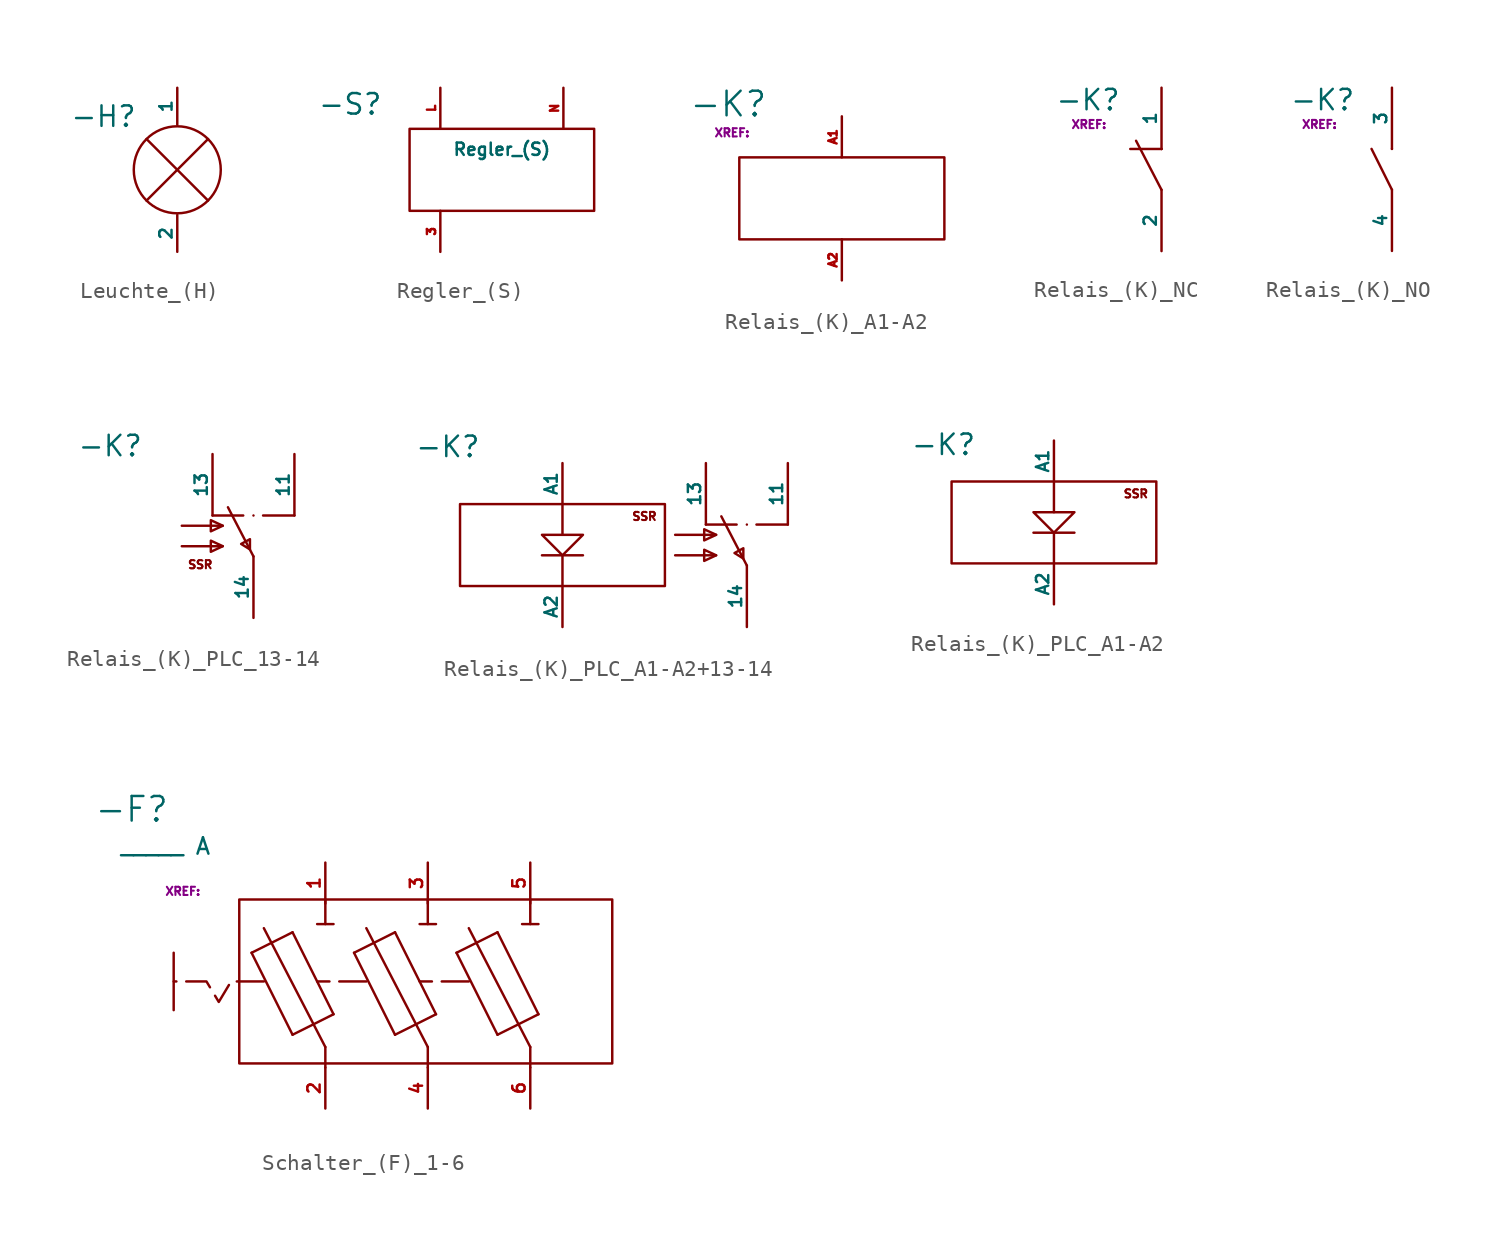
<source format=kicad_sym>
(kicad_symbol_lib
  (version 20241209)
  (generator "kicad_symbol_editor")
  (generator_version "9.0")
  (symbol "Leuchte_(H)"
    (pin_numbers
      (hide yes))
    (pin_names
      (offset 0))
    (property "Reference" "-H"
      (at -4.572 3.302 0)
      (effects (font (size 1.27 1.27))))
    (property "Value" ""
      (at 0 0 0)
      (effects (font (size 1.27 1.27))))
    (symbol "Leuchte_(H)_0_1"
      (polyline (pts (xy -1.905 1.905) (xy 1.905 -1.905)) (stroke (width 0) (type default)) (fill (type none)))
      (polyline (pts (xy -1.905 -1.905) (xy 1.905 1.905)) (stroke (width 0) (type default)) (fill (type none)))
      (circle (center 0 0) (radius 2.694) (stroke (width 0) (type default)) (fill (type none))))
    (symbol "Leuchte_(H)_1_1"
      (pin unspecified line (at 0 5.08 270) (length 2.286) (name "1" (effects (font (size 0.762 0.762)))) (number "1" (effects (font (size 0.508 0.508)))))
      (pin unspecified line (at 0 -5.08 90) (length 2.286) (name "2" (effects (font (size 0.762 0.762)))) (number "2" (effects (font (size 0.508 0.508)))))))
  (symbol "Regler_(S)"
    (pin_names
      (hide yes))
    (property "Reference" "-S"
      (at -9.398 4.064 0)
      (effects (font (size 1.27 1.27))))
    (property "Value" "Regler_(S)"
      (at 0 1.27 0)
      (effects (font (size 0.762 0.762))))
    (symbol "Regler_(S)_0_1"
      (rectangle (start -5.715 2.54) (end 5.715 -2.54) (stroke (width 0) (type default)) (fill (type none))))
    (symbol "Regler_(S)_1_1"
      (pin input line (at -3.81 5.08 270) (length 2.54) (name "1" (effects (font (size 0.762 0.762)))) (number "L" (effects (font (size 0.508 0.508)))))
      (pin input line (at -3.81 -5.08 90) (length 2.54) (name "3" (effects (font (size 0.762 0.762)))) (number "3" (effects (font (size 0.508 0.508)))))
      (pin input line (at 3.81 5.08 270) (length 2.54) (name "4" (effects (font (size 0.762 0.762)))) (number "N" (effects (font (size 0.508 0.508)))))))
  (symbol "Relais_(K)_A1-A2"
    (pin_names
      (hide yes))
    (property "Reference" "-K"
      (at -4.572 5.842 0)
      (effects (font (size 1.524 1.524)) (justify right)))
    (property "Value" ""
      (at 0 0 0)
      (effects (font (size 1.27 1.27))))
    (property "XREF" ""
      (at -6.604 4.064 0)
      (show_name)
      (effects (font (size 0.508 0.508))))
    (symbol "Relais_(K)_A1-A2_0_1"
      (rectangle (start -6.35 2.54) (end 6.35 -2.54) (stroke (width 0) (type default)) (fill (type none))))
    (symbol "Relais_(K)_A1-A2_1_1"
      (pin input line (at 0 5.08 270) (length 2.54) (name "" (effects (font (size 0.762 0.762)))) (number "A1" (effects (font (size 0.508 0.508)))))
      (pin output line (at 0 -5.08 90) (length 2.54) (name "" (effects (font (size 0.762 0.762)))) (number "A2" (effects (font (size 0.508 0.508)))))))
  (symbol "Relais_(K)_NC"
    (pin_numbers
      (hide yes))
    (pin_names
      (offset 0))
    (property "Reference" "-K"
      (at -4.572 4.318 0)
      (effects (font (size 1.27 1.27))))
    (property "Value" ""
      (at 0 0 0)
      (effects (font (size 1.27 1.27))))
    (property "XREF" ""
      (at -4.318 2.794 0)
      (show_name)
      (effects (font (size 0.508 0.508))))
    (symbol "Relais_(K)_NC_0_1"
      (polyline (pts (xy 0 1.27) (xy -1.944 1.27)) (stroke (width 0) (type default)) (fill (type none)))
      (polyline (pts (xy 0 1.27) (xy 0 1.27)) (stroke (width 0) (type default)) (fill (type none)))
      (polyline (pts (xy 0 -1.27) (xy -1.583 1.78)) (stroke (width 0) (type default)) (fill (type none))))
    (symbol "Relais_(K)_NC_1_1"
      (pin input line (at 0 5.08 270) (length 3.81) (name "1" (effects (font (size 0.762 0.762)))) (number "1" (effects (font (size 0.508 0.508)))))
      (pin output line (at 0 -5.08 90) (length 3.81) (name "2" (effects (font (size 0.762 0.762)))) (number "2" (effects (font (size 0.508 0.508)))))))
  (symbol "Relais_(K)_NO"
    (pin_numbers
      (hide yes))
    (pin_names
      (offset 0))
    (property "Reference" "-K"
      (at -4.318 4.318 0)
      (effects (font (size 1.27 1.27))))
    (property "Value" ""
      (at 0 0 0)
      (effects (font (size 1.27 1.27))))
    (property "XREF" ""
      (at -4.318 2.794 0)
      (show_name)
      (effects (font (size 0.508 0.508))))
    (symbol "Relais_(K)_NO_0_1"
      (polyline (pts (xy 0 1.27) (xy 0 1.27)) (stroke (width 0) (type default)) (fill (type none)))
      (polyline (pts (xy 0 -1.27) (xy -1.27 1.27)) (stroke (width 0) (type default)) (fill (type none))))
    (symbol "Relais_(K)_NO_1_1"
      (pin input line (at 0 5.08 270) (length 3.81) (name "3" (effects (font (size 0.762 0.762)))) (number "3" (effects (font (size 0.508 0.508)))) (alternate "1" input line))
      (pin output line (at 0 -5.08 90) (length 3.81) (name "4" (effects (font (size 0.762 0.762)))) (number "4" (effects (font (size 0.508 0.508)))))))
  (symbol "Relais_(K)_PLC_13-14"
    (pin_numbers
      (hide yes))
    (pin_names
      (offset 0))
    (property "Reference" "-K"
      (at -8.89 5.588 0)
      (effects (font (size 1.27 1.27))))
    (property "Value" ""
      (at 0 0 0)
      (effects (font (size 1.27 1.27))))
    (symbol "Relais_(K)_PLC_13-14_0_1"
      (polyline (pts (xy -4.445 0.635) (xy -1.905 0.635)) (stroke (width 0) (type default)) (fill (type none)))
      (polyline (pts (xy -4.445 -0.635) (xy -1.905 -0.635)) (stroke (width 0) (type default)) (fill (type none)))
      (polyline (pts (xy -2.54 1.27) (xy -0.635 1.27)) (stroke (width 0) (type default)) (fill (type none)))
      (polyline (pts (xy 0 1.27) (xy 0 1.27)) (stroke (width 0) (type default)) (fill (type none)))
      (polyline (pts (xy 0 -1.27) (xy -1.583 1.78)) (stroke (width 0) (type default)) (fill (type none)))
      (polyline (pts (xy 2.54 1.27) (xy 0.596 1.27)) (stroke (width 0) (type default)) (fill (type none))))
    (symbol "Relais_(K)_PLC_13-14_1_1"
      (polyline (pts (xy -1.905 0.635) (xy -2.644 0.98) (xy -2.646 0.288) (xy -1.905 0.635)) (stroke (width 0) (type solid)) (fill (type color) (color 0 0 0 0)))
      (polyline (pts (xy -1.905 -0.635) (xy -2.644 -0.29) (xy -2.646 -0.982) (xy -1.905 -0.635)) (stroke (width 0) (type solid)) (fill (type color) (color 0 0 0 0)))
      (polyline (pts (xy -0.219 -0.833) (xy -0.219 -0.198) (xy -0.765 -0.494) (xy -0.219 -0.833)) (stroke (width 0) (type solid)) (fill (type color) (color 0 0 0 0)))
      (text "SSR" (at -3.302 -1.778 0) (effects (font (size 0.508 0.508))))
      (pin input line (at -2.54 5.08 270) (length 3.81) (name "13" (effects (font (size 0.762 0.762)))) (number "13" (effects (font (size 0.508 0.508)))))
      (pin output line (at 0 -5.08 90) (length 3.81) (name "14" (effects (font (size 0.762 0.762)))) (number "14" (effects (font (size 0.508 0.508)))))
      (pin input line (at 2.54 5.08 270) (length 3.81) (name "11" (effects (font (size 0.762 0.762)))) (number "11" (effects (font (size 0.508 0.508)))))))
  (symbol "Relais_(K)_PLC_A1-A2+13-14"
    (pin_numbers
      (hide yes))
    (pin_names
      (offset 0))
    (property "Reference" "-K"
      (at -7.112 6.096 0)
      (effects (font (size 1.27 1.27))))
    (property "Value" ""
      (at 0 0 0)
      (effects (font (size 1.27 1.27))))
    (symbol "Relais_(K)_PLC_A1-A2+13-14_0_1"
      (rectangle (start -6.35 2.54) (end 6.35 -2.54) (stroke (width 0) (type default)) (fill (type none)))
      (polyline (pts (xy 6.985 0.635) (xy 9.525 0.635)) (stroke (width 0) (type default)) (fill (type none)))
      (polyline (pts (xy 6.985 -0.635) (xy 9.525 -0.635)) (stroke (width 0) (type default)) (fill (type none)))
      (polyline (pts (xy 8.89 1.27) (xy 10.795 1.27)) (stroke (width 0) (type default)) (fill (type none)))
      (polyline (pts (xy 11.43 1.27) (xy 11.43 1.27)) (stroke (width 0) (type default)) (fill (type none)))
      (polyline (pts (xy 11.43 -1.27) (xy 9.847 1.78)) (stroke (width 0) (type default)) (fill (type none)))
      (polyline (pts (xy 13.97 1.27) (xy 12.026 1.27)) (stroke (width 0) (type default)) (fill (type none))))
    (symbol "Relais_(K)_PLC_A1-A2+13-14_1_1"
      (polyline (pts (xy -1.27 0.635) (xy 1.27 0.635) (xy 0 -0.635) (xy -1.27 0.635)) (stroke (width 0) (type default)) (fill (type none)))
      (polyline (pts (xy -1.27 -0.635) (xy 1.27 -0.635)) (stroke (width 0) (type default)) (fill (type none)))
      (polyline (pts (xy 0 0.635) (xy 0 2.54)) (stroke (width 0) (type default)) (fill (type none)))
      (polyline (pts (xy 0 -2.54) (xy 0 -0.635)) (stroke (width 0) (type default)) (fill (type none)))
      (polyline (pts (xy 9.525 0.635) (xy 8.786 0.98) (xy 8.784 0.288) (xy 9.525 0.635)) (stroke (width 0) (type solid)) (fill (type color) (color 0 0 0 0)))
      (polyline (pts (xy 9.525 -0.635) (xy 8.786 -0.29) (xy 8.784 -0.982) (xy 9.525 -0.635)) (stroke (width 0) (type solid)) (fill (type color) (color 0 0 0 0)))
      (polyline (pts (xy 11.211 -0.833) (xy 11.211 -0.198) (xy 10.665 -0.494) (xy 11.211 -0.833)) (stroke (width 0) (type solid)) (fill (type color) (color 0 0 0 0)))
      (text "SSR" (at 5.08 1.778 0) (effects (font (size 0.508 0.508))))
      (pin passive line (at 0 5.08 270) (length 2.54) (name "A1" (effects (font (size 0.762 0.762)))) (number "A1" (effects (font (size 0.508 0.508)))))
      (pin passive line (at 0 -5.08 90) (length 2.54) (name "A2" (effects (font (size 0.762 0.762)))) (number "A2" (effects (font (size 0.508 0.508)))))
      (pin passive line (at 8.89 5.08 270) (length 3.81) (name "13" (effects (font (size 0.762 0.762)))) (number "13" (effects (font (size 0.508 0.508)))))
      (pin passive line (at 11.43 -5.08 90) (length 3.81) (name "14" (effects (font (size 0.762 0.762)))) (number "14" (effects (font (size 0.508 0.508)))))
      (pin passive line (at 13.97 5.08 270) (length 3.81) (name "11" (effects (font (size 0.762 0.762)))) (number "11" (effects (font (size 0.508 0.508)))))))
  (symbol "Relais_(K)_PLC_A1-A2"
    (pin_numbers
      (hide yes))
    (pin_names
      (offset 0))
    (property "Reference" "-K"
      (at -6.858 4.826 0)
      (effects (font (size 1.27 1.27))))
    (property "Value" ""
      (at 0 0 0)
      (effects (font (size 1.27 1.27))))
    (symbol "Relais_(K)_PLC_A1-A2_0_1"
      (rectangle (start -6.35 2.54) (end 6.35 -2.54) (stroke (width 0) (type default)) (fill (type none))))
    (symbol "Relais_(K)_PLC_A1-A2_1_1"
      (polyline (pts (xy -1.27 0.635) (xy 1.27 0.635) (xy 0 -0.635) (xy -1.27 0.635)) (stroke (width 0) (type default)) (fill (type none)))
      (polyline (pts (xy -1.27 -0.635) (xy 1.27 -0.635)) (stroke (width 0) (type default)) (fill (type none)))
      (polyline (pts (xy 0 0.635) (xy 0 2.54)) (stroke (width 0) (type default)) (fill (type none)))
      (polyline (pts (xy 0 -2.54) (xy 0 -0.635)) (stroke (width 0) (type default)) (fill (type none)))
      (text "SSR" (at 5.08 1.778 0) (effects (font (size 0.508 0.508))))
      (pin input line (at 0 5.08 270) (length 2.54) (name "A1" (effects (font (size 0.762 0.762)))) (number "A1" (effects (font (size 0.508 0.508)))))
      (pin output line (at 0 -5.08 90) (length 2.54) (name "A2" (effects (font (size 0.762 0.762)))) (number "A2" (effects (font (size 0.508 0.508)))))))
  (symbol "Schalter_(F)_1-6"
    (pin_names
      (hide yes))
    (property "Reference" "-F"
      (at -13.462 10.922 0)
      (effects (font (size 1.524 1.524)) (justify right)))
    (property "Value" "_____ A"
      (at -13.716 8.636 0)
      (effects (font (size 1.016 1.016))))
    (property "XREF" ""
      (at -12.446 5.842 0)
      (show_name)
      (effects (font (size 0.508 0.508))))
    (symbol "Schalter_(F)_1-6_0_1"
      (polyline (pts (xy -8.382 2.032) (xy -5.842 -3.048)) (stroke (width 0) (type default)) (fill (type none)))
      (polyline (pts (xy -5.842 3.302) (xy -8.382 2.032)) (stroke (width 0) (type default)) (fill (type none)))
      (polyline (pts (xy -5.842 -3.048) (xy -3.302 -1.778)) (stroke (width 0) (type default)) (fill (type none)))
      (polyline (pts (xy -4.318 3.81) (xy -3.302 3.81)) (stroke (width 0) (type default)) (fill (type none)))
      (polyline (pts (xy -3.81 3.81) (xy -3.81 5.334)) (stroke (width 0) (type default)) (fill (type none)))
      (polyline (pts (xy -3.81 -3.81) (xy -7.62 3.556)) (stroke (width 0) (type default)) (fill (type none)))
      (polyline (pts (xy -3.81 -3.81) (xy -3.81 -5.08)) (stroke (width 0) (type default)) (fill (type none)))
      (polyline (pts (xy -3.302 -1.778) (xy -5.842 3.302)) (stroke (width 0) (type default)) (fill (type none)))
      (polyline (pts (xy -2.032 2.032) (xy 0.508 -3.048)) (stroke (width 0) (type default)) (fill (type none)))
      (polyline (pts (xy 0.508 3.302) (xy -2.032 2.032)) (stroke (width 0) (type default)) (fill (type none)))
      (polyline (pts (xy 0.508 -3.048) (xy 3.048 -1.778)) (stroke (width 0) (type default)) (fill (type none)))
      (polyline (pts (xy 2.032 3.81) (xy 3.048 3.81)) (stroke (width 0) (type default)) (fill (type none)))
      (polyline (pts (xy 2.54 3.81) (xy 2.54 5.334)) (stroke (width 0) (type default)) (fill (type none)))
      (polyline (pts (xy 2.54 -3.81) (xy -1.27 3.556)) (stroke (width 0) (type default)) (fill (type none)))
      (polyline (pts (xy 2.54 -3.81) (xy 2.54 -5.08)) (stroke (width 0) (type default)) (fill (type none)))
      (polyline (pts (xy 3.048 -1.778) (xy 0.508 3.302)) (stroke (width 0) (type default)) (fill (type none)))
      (polyline (pts (xy 4.318 2.032) (xy 6.858 -3.048)) (stroke (width 0) (type default)) (fill (type none)))
      (polyline (pts (xy 6.858 3.302) (xy 4.318 2.032)) (stroke (width 0) (type default)) (fill (type none)))
      (polyline (pts (xy 6.858 -3.048) (xy 9.398 -1.778)) (stroke (width 0) (type default)) (fill (type none)))
      (polyline (pts (xy 8.382 3.81) (xy 9.398 3.81)) (stroke (width 0) (type default)) (fill (type none)))
      (polyline (pts (xy 8.89 3.81) (xy 8.89 5.334)) (stroke (width 0) (type default)) (fill (type none)))
      (polyline (pts (xy 8.89 -3.81) (xy 5.08 3.556)) (stroke (width 0) (type default)) (fill (type none)))
      (polyline (pts (xy 8.89 -3.81) (xy 8.89 -5.08)) (stroke (width 0) (type default)) (fill (type none)))
      (polyline (pts (xy 9.398 -1.778) (xy 6.858 3.302)) (stroke (width 0) (type default)) (fill (type none))))
    (symbol "Schalter_(F)_1-6_1_1"
      (polyline (pts (xy -13.208 2.032) (xy -13.208 -1.524)) (stroke (width 0) (type default)) (fill (type none)))
      (rectangle (start -9.144 5.334) (end 13.97 -4.826) (stroke (width 0) (type default)) (fill (type none)))
      (polyline (pts (xy -7.62 0.254) (xy -9.652 0.254) (xy -10.414 -1.016) (xy -11.176 0.254) (xy -13.208 0.254)) (stroke (width 0) (type dash)) (fill (type none)))
      (polyline (pts (xy -1.27 0.254) (xy -4.318 0.254)) (stroke (width 0) (type dash)) (fill (type none)))
      (polyline (pts (xy 5.08 0.254) (xy 2.032 0.254)) (stroke (width 0) (type dash)) (fill (type none)))
      (pin passive line (at -3.81 7.62 270) (length 2.54) (name "1" (effects (font (size 0.762 0.762)))) (number "1" (effects (font (size 0.762 0.762)))))
      (pin passive line (at -3.81 -7.62 90) (length 2.54) (name "2" (effects (font (size 0.762 0.762)))) (number "2" (effects (font (size 0.762 0.762)))))
      (pin passive line (at 2.54 7.62 270) (length 2.54) (name "3" (effects (font (size 0.762 0.762)))) (number "3" (effects (font (size 0.762 0.762)))))
      (pin passive line (at 2.54 -7.62 90) (length 2.54) (name "4" (effects (font (size 0.762 0.762)))) (number "4" (effects (font (size 0.762 0.762)))))
      (pin passive line (at 8.89 7.62 270) (length 2.54) (name "5" (effects (font (size 0.762 0.762)))) (number "5" (effects (font (size 0.762 0.762)))))
      (pin passive line (at 8.89 -7.62 90) (length 2.54) (name "6" (effects (font (size 0.762 0.762)))) (number "6" (effects (font (size 0.762 0.762))))))))
</source>
